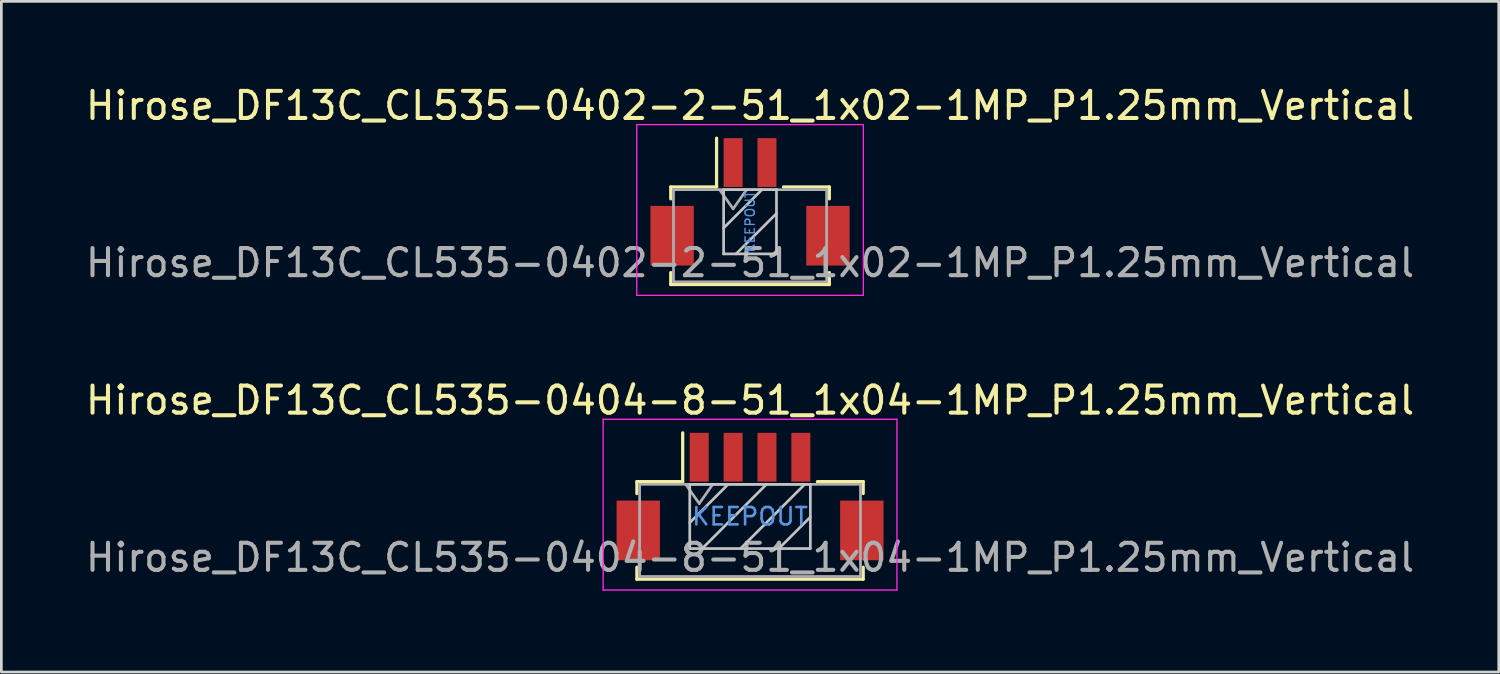
<source format=kicad_pcb>
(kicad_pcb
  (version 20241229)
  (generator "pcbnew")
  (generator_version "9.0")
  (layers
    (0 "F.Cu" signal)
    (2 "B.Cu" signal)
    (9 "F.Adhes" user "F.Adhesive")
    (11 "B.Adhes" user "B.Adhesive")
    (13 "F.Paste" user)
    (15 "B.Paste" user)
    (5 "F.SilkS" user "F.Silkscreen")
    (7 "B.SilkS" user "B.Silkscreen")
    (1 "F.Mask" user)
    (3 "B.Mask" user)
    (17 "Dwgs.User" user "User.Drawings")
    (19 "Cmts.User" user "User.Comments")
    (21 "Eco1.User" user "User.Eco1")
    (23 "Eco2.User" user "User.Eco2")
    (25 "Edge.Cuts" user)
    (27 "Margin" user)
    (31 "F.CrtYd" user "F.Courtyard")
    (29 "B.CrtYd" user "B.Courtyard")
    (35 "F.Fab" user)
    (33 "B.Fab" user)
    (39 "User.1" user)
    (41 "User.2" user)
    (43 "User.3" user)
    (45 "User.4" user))
  (footprint "Hirose_DF13C_CL535-0402-2-51_1x02-1MP_P1.25mm_Vertical"
    (layer "F.Cu")
    (at 24.625 4.398)
    (property "Reference" "Hirose_DF13C_CL535-0402-2-51_1x02-1MP_P1.25mm_Vertical" (at 0 -3.55 0) (layer "F.SilkS") (effects (font (size 1 1) (thickness 0.15))))
    (attr smd)
    (fp_line (start -2.925 -0.55) (end -2.925 -0.11) (stroke (width 0.12) (type solid)) (layer "F.SilkS"))
    (fp_line (start -2.925 2.61) (end -2.925 3.05) (stroke (width 0.12) (type solid)) (layer "F.SilkS"))
    (fp_line (start -2.925 3.05) (end 2.925 3.05) (stroke (width 0.12) (type solid)) (layer "F.SilkS"))
    (fp_line (start -1.235 -0.55) (end -2.925 -0.55) (stroke (width 0.12) (type solid)) (layer "F.SilkS"))
    (fp_line (start -1.235 -0.55) (end -1.235 -2.35) (stroke (width 0.12) (type solid)) (layer "F.SilkS"))
    (fp_line (start 1.235 -0.55) (end 2.925 -0.55) (stroke (width 0.12) (type solid)) (layer "F.SilkS"))
    (fp_line (start 2.925 -0.55) (end 2.925 -0.11) (stroke (width 0.12) (type solid)) (layer "F.SilkS"))
    (fp_line (start 2.925 3.05) (end 2.925 2.61) (stroke (width 0.12) (type solid)) (layer "F.SilkS"))
    (fp_line (start -0.975 -0.45) (end -0.975 1.92) (stroke (width 0.1) (type solid)) (layer "Dwgs.User"))
    (fp_line (start -0.975 1.92) (end 0.975 1.92) (stroke (width 0.1) (type solid)) (layer "Dwgs.User"))
    (fp_line (start 0.439 -0.45) (end -0.975 0.964) (stroke (width 0.1) (type solid)) (layer "Dwgs.User"))
    (fp_line (start 0.975 -0.45) (end -0.975 -0.45) (stroke (width 0.1) (type solid)) (layer "Dwgs.User"))
    (fp_line (start 0.975 0.428) (end -0.517 1.92) (stroke (width 0.1) (type solid)) (layer "Dwgs.User"))
    (fp_line (start 0.975 1.843) (end 0.898 1.92) (stroke (width 0.1) (type solid)) (layer "Dwgs.User"))
    (fp_line (start 0.975 1.92) (end 0.975 -0.45) (stroke (width 0.1) (type solid)) (layer "Dwgs.User"))
    (fp_line (start -4.18 -2.85) (end -4.18 3.45) (stroke (width 0.05) (type solid)) (layer "F.CrtYd"))
    (fp_line (start -4.18 3.45) (end 4.18 3.45) (stroke (width 0.05) (type solid)) (layer "F.CrtYd"))
    (fp_line (start 4.18 -2.85) (end -4.18 -2.85) (stroke (width 0.05) (type solid)) (layer "F.CrtYd"))
    (fp_line (start 4.18 3.45) (end 4.18 -2.85) (stroke (width 0.05) (type solid)) (layer "F.CrtYd"))
    (fp_line (start -2.825 -0.45) (end -2.825 2.95) (stroke (width 0.1) (type solid)) (layer "F.Fab"))
    (fp_line (start -2.825 2.95) (end 2.825 2.95) (stroke (width 0.1) (type solid)) (layer "F.Fab"))
    (fp_line (start -1.125 -0.45) (end -0.625 0.257) (stroke (width 0.1) (type solid)) (layer "F.Fab"))
    (fp_line (start -0.625 0.257) (end -0.125 -0.45) (stroke (width 0.1) (type solid)) (layer "F.Fab"))
    (fp_line (start 2.825 -0.45) (end -2.825 -0.45) (stroke (width 0.1) (type solid)) (layer "F.Fab"))
    (fp_line (start 2.825 2.95) (end 2.825 -0.45) (stroke (width 0.1) (type solid)) (layer "F.Fab"))
    (fp_text user "KEEPOUT" (at 0 0.735 90) (layer "Cmts.User") (effects (font (size 0.34 0.34) (thickness 0.051))))
    (fp_text user "${REFERENCE}" (at 0 2.25 0) (layer "F.Fab") (effects (font (size 1 1) (thickness 0.15))))
    (pad "1" smd rect (at -0.625 -1.45) (size 0.7 1.8) (layers "F.Cu" "F.Mask" "F.Paste"))
    (pad "2" smd rect (at 0.625 -1.45) (size 0.7 1.8) (layers "F.Cu" "F.Mask" "F.Paste"))
    (pad "MP" smd rect (at -2.875 1.25) (size 1.6 2.2) (layers "F.Cu" "F.Mask" "F.Paste"))
    (pad "MP" smd rect (at 2.875 1.25) (size 1.6 2.2) (layers "F.Cu" "F.Mask" "F.Paste")))
  (footprint "Hirose_DF13C_CL535-0404-8-51_1x04-1MP_P1.25mm_Vertical"
    (layer "F.Cu")
    (at 24.625 15.271)
    (property "Reference" "Hirose_DF13C_CL535-0404-8-51_1x04-1MP_P1.25mm_Vertical" (at 0 -3.55 0) (layer "F.SilkS") (effects (font (size 1 1) (thickness 0.15))))
    (attr smd)
    (fp_line (start -4.175 -0.55) (end -4.175 -0.11) (stroke (width 0.12) (type solid)) (layer "F.SilkS"))
    (fp_line (start -4.175 2.61) (end -4.175 3.05) (stroke (width 0.12) (type solid)) (layer "F.SilkS"))
    (fp_line (start -4.175 3.05) (end 4.175 3.05) (stroke (width 0.12) (type solid)) (layer "F.SilkS"))
    (fp_line (start -2.485 -0.55) (end -4.175 -0.55) (stroke (width 0.12) (type solid)) (layer "F.SilkS"))
    (fp_line (start -2.485 -0.55) (end -2.485 -2.35) (stroke (width 0.12) (type solid)) (layer "F.SilkS"))
    (fp_line (start 2.485 -0.55) (end 4.175 -0.55) (stroke (width 0.12) (type solid)) (layer "F.SilkS"))
    (fp_line (start 4.175 -0.55) (end 4.175 -0.11) (stroke (width 0.12) (type solid)) (layer "F.SilkS"))
    (fp_line (start 4.175 3.05) (end 4.175 2.61) (stroke (width 0.12) (type solid)) (layer "F.SilkS"))
    (fp_line (start -2.225 -0.45) (end -2.225 1.92) (stroke (width 0.1) (type solid)) (layer "Dwgs.User"))
    (fp_line (start -2.225 1.92) (end 2.225 1.92) (stroke (width 0.1) (type solid)) (layer "Dwgs.User"))
    (fp_line (start -0.811 -0.45) (end -2.225 0.964) (stroke (width 0.1) (type solid)) (layer "Dwgs.User"))
    (fp_line (start 0.603 -0.45) (end -1.767 1.92) (stroke (width 0.1) (type solid)) (layer "Dwgs.User"))
    (fp_line (start 2.018 -0.45) (end -0.352 1.92) (stroke (width 0.1) (type solid)) (layer "Dwgs.User"))
    (fp_line (start 2.225 -0.45) (end -2.225 -0.45) (stroke (width 0.1) (type solid)) (layer "Dwgs.User"))
    (fp_line (start 2.225 0.757) (end 1.062 1.92) (stroke (width 0.1) (type solid)) (layer "Dwgs.User"))
    (fp_line (start 2.225 1.92) (end 2.225 -0.45) (stroke (width 0.1) (type solid)) (layer "Dwgs.User"))
    (fp_line (start -5.42 -2.85) (end -5.42 3.45) (stroke (width 0.05) (type solid)) (layer "F.CrtYd"))
    (fp_line (start -5.42 3.45) (end 5.42 3.45) (stroke (width 0.05) (type solid)) (layer "F.CrtYd"))
    (fp_line (start 5.42 -2.85) (end -5.42 -2.85) (stroke (width 0.05) (type solid)) (layer "F.CrtYd"))
    (fp_line (start 5.42 3.45) (end 5.42 -2.85) (stroke (width 0.05) (type solid)) (layer "F.CrtYd"))
    (fp_line (start -4.075 -0.45) (end -4.075 2.95) (stroke (width 0.1) (type solid)) (layer "F.Fab"))
    (fp_line (start -4.075 2.95) (end 4.075 2.95) (stroke (width 0.1) (type solid)) (layer "F.Fab"))
    (fp_line (start -2.375 -0.45) (end -1.875 0.257) (stroke (width 0.1) (type solid)) (layer "F.Fab"))
    (fp_line (start -1.875 0.257) (end -1.375 -0.45) (stroke (width 0.1) (type solid)) (layer "F.Fab"))
    (fp_line (start 4.075 -0.45) (end -4.075 -0.45) (stroke (width 0.1) (type solid)) (layer "F.Fab"))
    (fp_line (start 4.075 2.95) (end 4.075 -0.45) (stroke (width 0.1) (type solid)) (layer "F.Fab"))
    (fp_text user "KEEPOUT" (at 0 0.735 0) (layer "Cmts.User") (effects (font (size 0.64 0.64) (thickness 0.096))))
    (fp_text user "${REFERENCE}" (at 0 2.25 0) (layer "F.Fab") (effects (font (size 1 1) (thickness 0.15))))
    (pad "1" smd rect (at -1.875 -1.45) (size 0.7 1.8) (layers "F.Cu" "F.Mask" "F.Paste"))
    (pad "2" smd rect (at -0.625 -1.45) (size 0.7 1.8) (layers "F.Cu" "F.Mask" "F.Paste"))
    (pad "3" smd rect (at 0.625 -1.45) (size 0.7 1.8) (layers "F.Cu" "F.Mask" "F.Paste"))
    (pad "4" smd rect (at 1.875 -1.45) (size 0.7 1.8) (layers "F.Cu" "F.Mask" "F.Paste"))
    (pad "MP" smd rect (at -4.125 1.25) (size 1.6 2.2) (layers "F.Cu" "F.Mask" "F.Paste"))
    (pad "MP" smd rect (at 4.125 1.25) (size 1.6 2.2) (layers "F.Cu" "F.Mask" "F.Paste")))
  (gr_rect
    (start -3 -3)
    (end 52.25 21.747)
    (stroke (width 0.1) (type default))
    (fill no)
    (layer "Edge.Cuts")))
</source>
